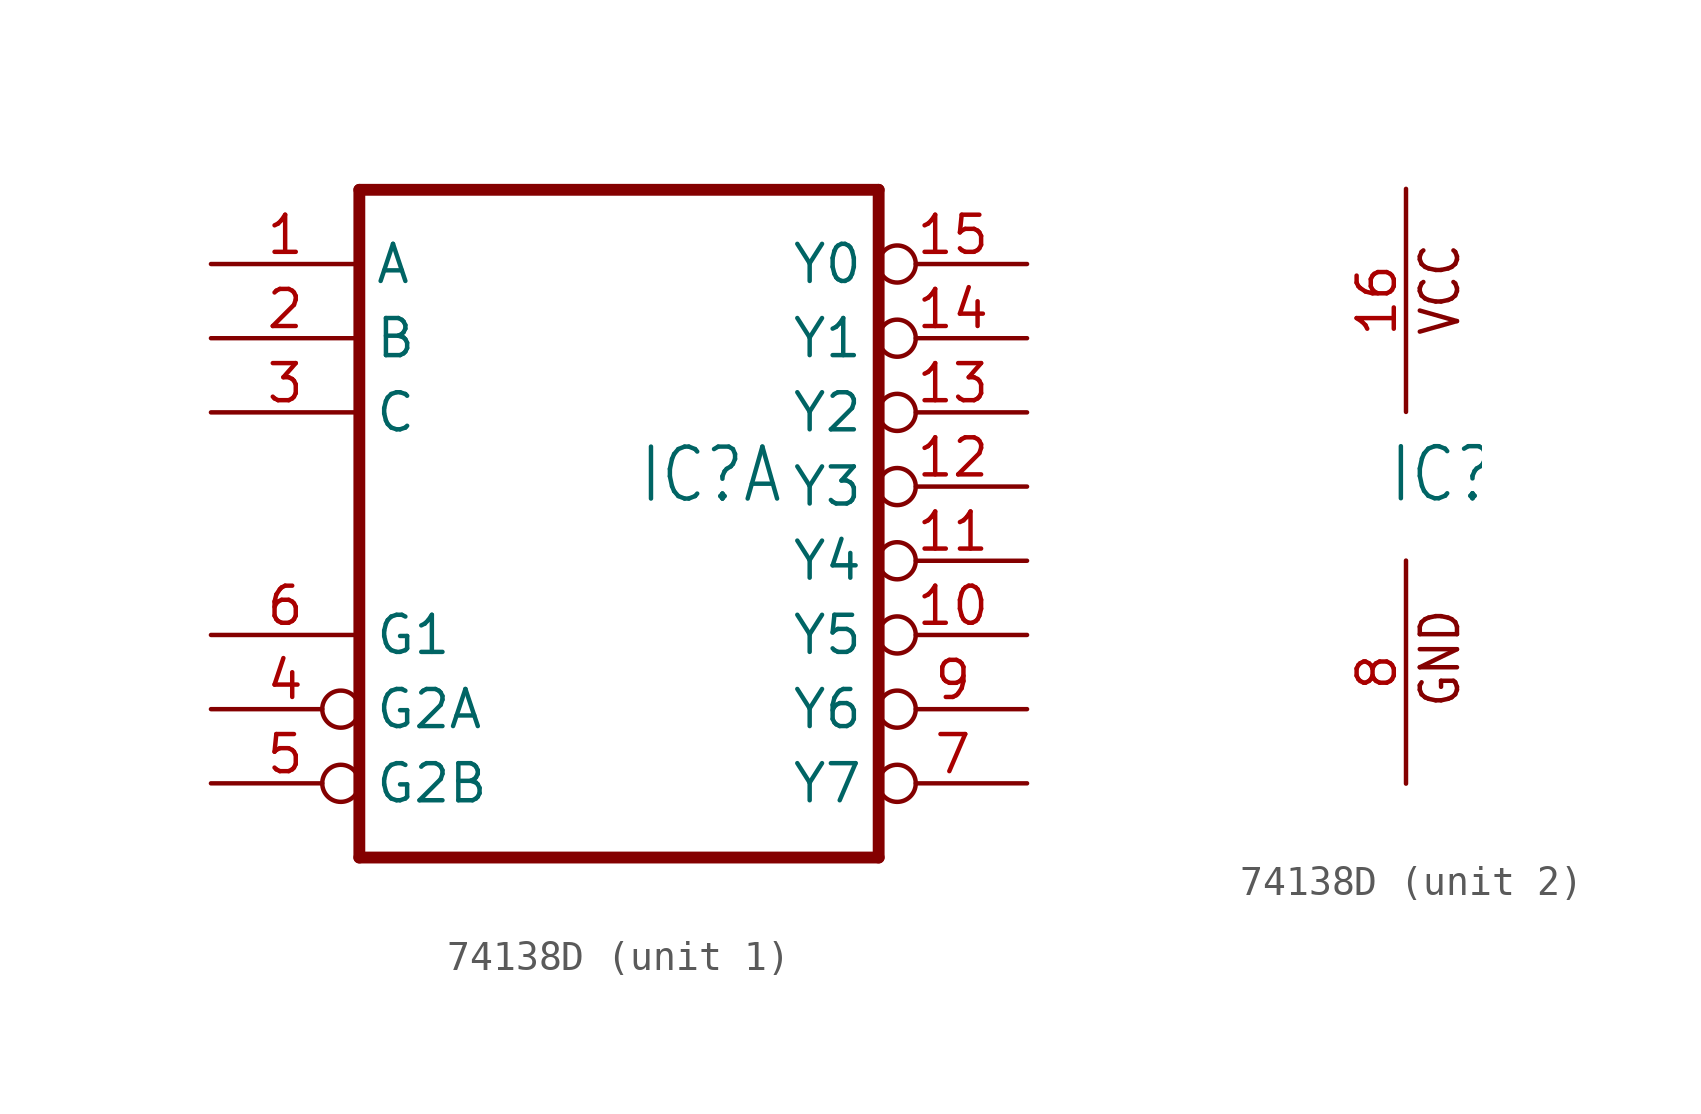
<source format=kicad_sym>
(kicad_symbol_lib
  (version 20220914)
  (generator kicad_symbol_editor)
  (symbol "74138D"
    (property "Reference" "IC"
      (at -0.635 -0.635 0)
      (effects (font (size 1.778 1.511)) (justify left bottom)))
    (property "ki_locked" ""
      (at 0 0 0)
      (effects (font (size 1.27 1.27))))
    (symbol "74138D_1_0"
      (polyline (pts (xy -10.16 -12.7) (xy 7.62 -12.7)) (stroke (width 0.406) (type default)) (fill (type none)))
      (polyline (pts (xy -10.16 10.16) (xy -10.16 -12.7)) (stroke (width 0.406) (type default)) (fill (type none)))
      (polyline (pts (xy 7.62 -12.7) (xy 7.62 10.16)) (stroke (width 0.406) (type default)) (fill (type none)))
      (polyline (pts (xy 7.62 10.16) (xy -10.16 10.16)) (stroke (width 0.406) (type default)) (fill (type none)))
      (pin input line (at -15.24 7.62 0) (length 5.08) (name "A" (effects (font (size 1.27 1.27)))) (number "1" (effects (font (size 1.27 1.27)))))
      (pin output inverted (at 12.7 -5.08 180) (length 5.08) (name "Y5" (effects (font (size 1.27 1.27)))) (number "10" (effects (font (size 1.27 1.27)))))
      (pin output inverted (at 12.7 -2.54 180) (length 5.08) (name "Y4" (effects (font (size 1.27 1.27)))) (number "11" (effects (font (size 1.27 1.27)))))
      (pin output inverted (at 12.7 0 180) (length 5.08) (name "Y3" (effects (font (size 1.27 1.27)))) (number "12" (effects (font (size 1.27 1.27)))))
      (pin output inverted (at 12.7 2.54 180) (length 5.08) (name "Y2" (effects (font (size 1.27 1.27)))) (number "13" (effects (font (size 1.27 1.27)))))
      (pin output inverted (at 12.7 5.08 180) (length 5.08) (name "Y1" (effects (font (size 1.27 1.27)))) (number "14" (effects (font (size 1.27 1.27)))))
      (pin output inverted (at 12.7 7.62 180) (length 5.08) (name "Y0" (effects (font (size 1.27 1.27)))) (number "15" (effects (font (size 1.27 1.27)))))
      (pin input line (at -15.24 5.08 0) (length 5.08) (name "B" (effects (font (size 1.27 1.27)))) (number "2" (effects (font (size 1.27 1.27)))))
      (pin input line (at -15.24 2.54 0) (length 5.08) (name "C" (effects (font (size 1.27 1.27)))) (number "3" (effects (font (size 1.27 1.27)))))
      (pin input inverted (at -15.24 -7.62 0) (length 5.08) (name "G2A" (effects (font (size 1.27 1.27)))) (number "4" (effects (font (size 1.27 1.27)))))
      (pin input inverted (at -15.24 -10.16 0) (length 5.08) (name "G2B" (effects (font (size 1.27 1.27)))) (number "5" (effects (font (size 1.27 1.27)))))
      (pin input line (at -15.24 -5.08 0) (length 5.08) (name "G1" (effects (font (size 1.27 1.27)))) (number "6" (effects (font (size 1.27 1.27)))))
      (pin output inverted (at 12.7 -10.16 180) (length 5.08) (name "Y7" (effects (font (size 1.27 1.27)))) (number "7" (effects (font (size 1.27 1.27)))))
      (pin output inverted (at 12.7 -7.62 180) (length 5.08) (name "Y6" (effects (font (size 1.27 1.27)))) (number "9" (effects (font (size 1.27 1.27))))))
    (symbol "74138D_2_0"
      (text "GND" (at 1.905 -7.62 900) (effects (font (size 1.27 1.079)) (justify left bottom)))
      (text "VCC" (at 1.905 5.08 900) (effects (font (size 1.27 1.079)) (justify left bottom)))
      (pin power_in line (at 0 10.16 270) (length 7.62) (name "VCC" (effects (font (size 0 0)))) (number "16" (effects (font (size 1.27 1.27)))))
      (pin power_in line (at 0 -10.16 90) (length 7.62) (name "GND" (effects (font (size 0 0)))) (number "8" (effects (font (size 1.27 1.27))))))))
</source>
